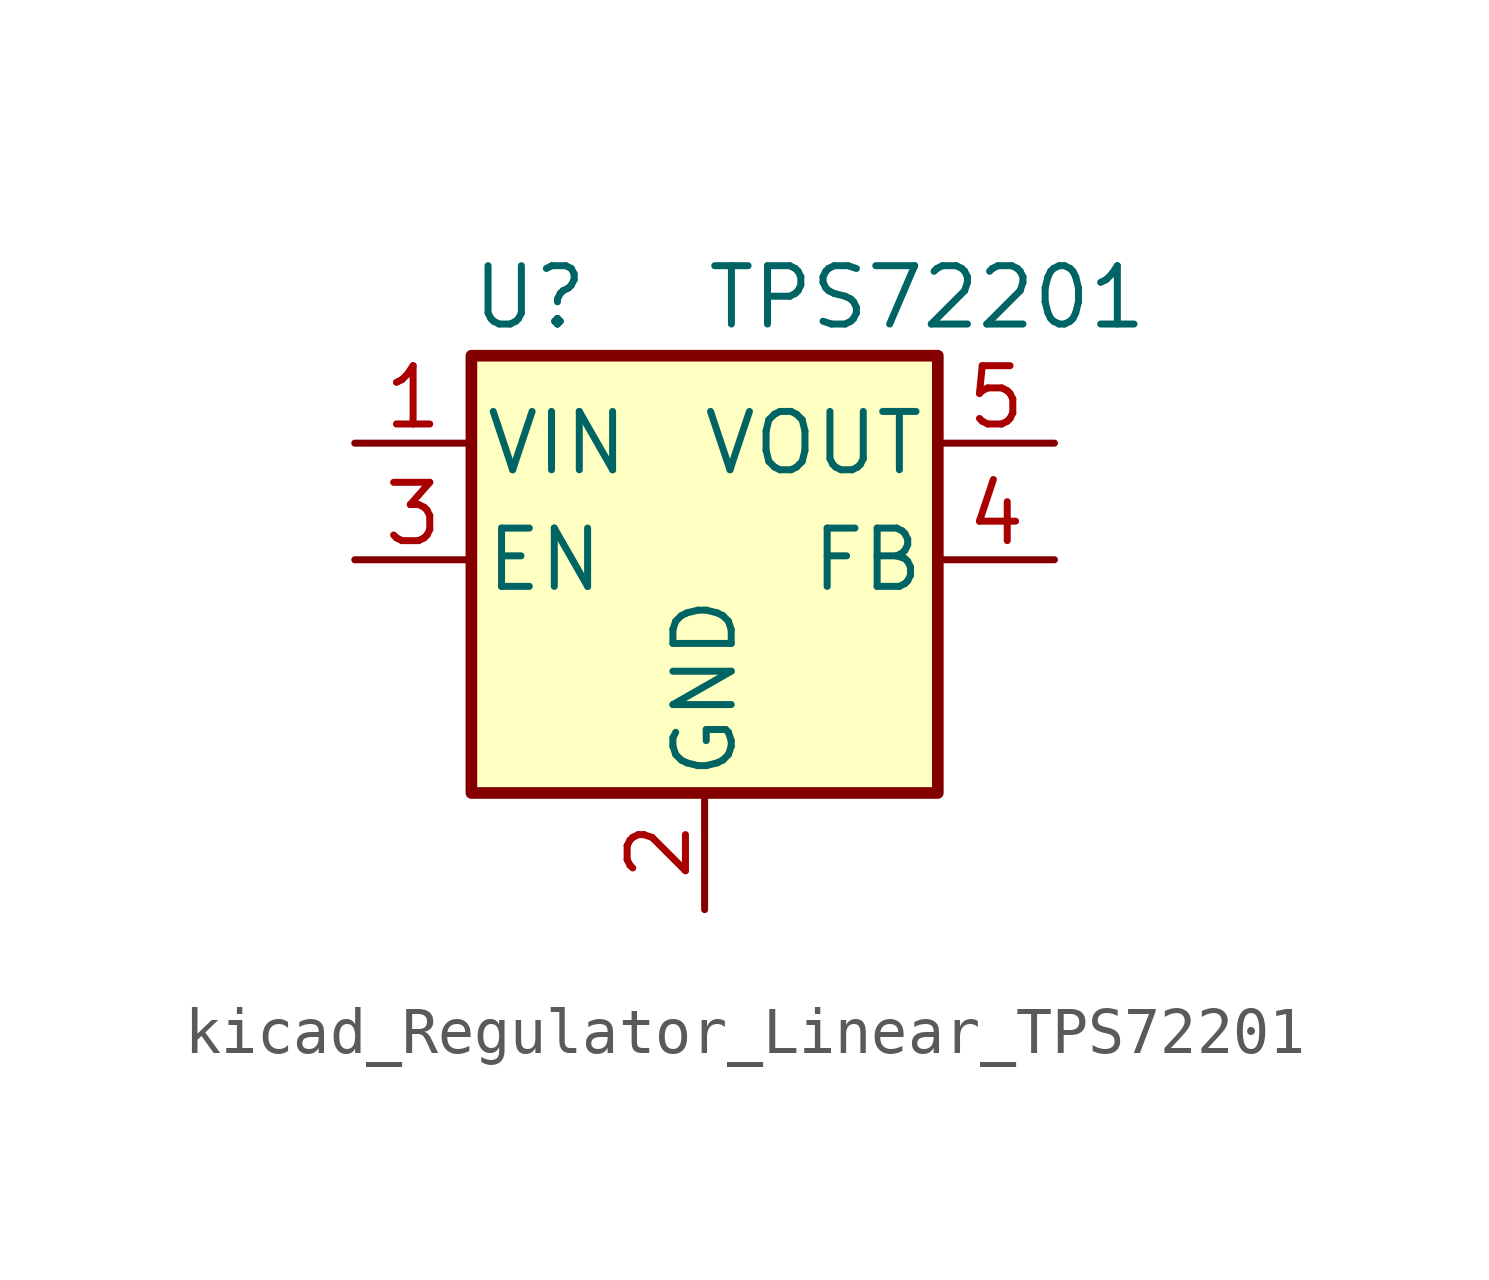
<source format=kicad_sym>
(kicad_symbol_lib
  (version 20220914)
  (generator kicad_symbol_editor)
  (symbol "kicad_Regulator_Linear_TPS72201"
    (pin_names
      (offset 0.254))
    (property "Reference" "U"
      (at -3.81 5.715 0)
      (effects (font (size 1.27 1.27))))
    (property "Value" "TPS72201"
      (at 0 5.715 0)
      (effects (font (size 1.27 1.27)) (justify left)))
    (symbol "kicad_Regulator_Linear_TPS72201_0_1"
      (rectangle (start -5.08 4.445) (end 5.08 -5.08) (stroke (width 0.254) (type default)) (fill (type background))))
    (symbol "kicad_Regulator_Linear_TPS72201_1_1"
      (pin power_in line (at -7.62 2.54 0) (length 2.54) (name "VIN" (effects (font (size 1.27 1.27)))) (number "1" (effects (font (size 1.27 1.27)))))
      (pin power_in line (at 0 -7.62 90) (length 2.54) (name "GND" (effects (font (size 1.27 1.27)))) (number "2" (effects (font (size 1.27 1.27)))))
      (pin input line (at -7.62 0 0) (length 2.54) (name "EN" (effects (font (size 1.27 1.27)))) (number "3" (effects (font (size 1.27 1.27)))))
      (pin input line (at 7.62 0 180) (length 2.54) (name "FB" (effects (font (size 1.27 1.27)))) (number "4" (effects (font (size 1.27 1.27)))))
      (pin power_out line (at 7.62 2.54 180) (length 2.54) (name "VOUT" (effects (font (size 1.27 1.27)))) (number "5" (effects (font (size 1.27 1.27))))))))
</source>
